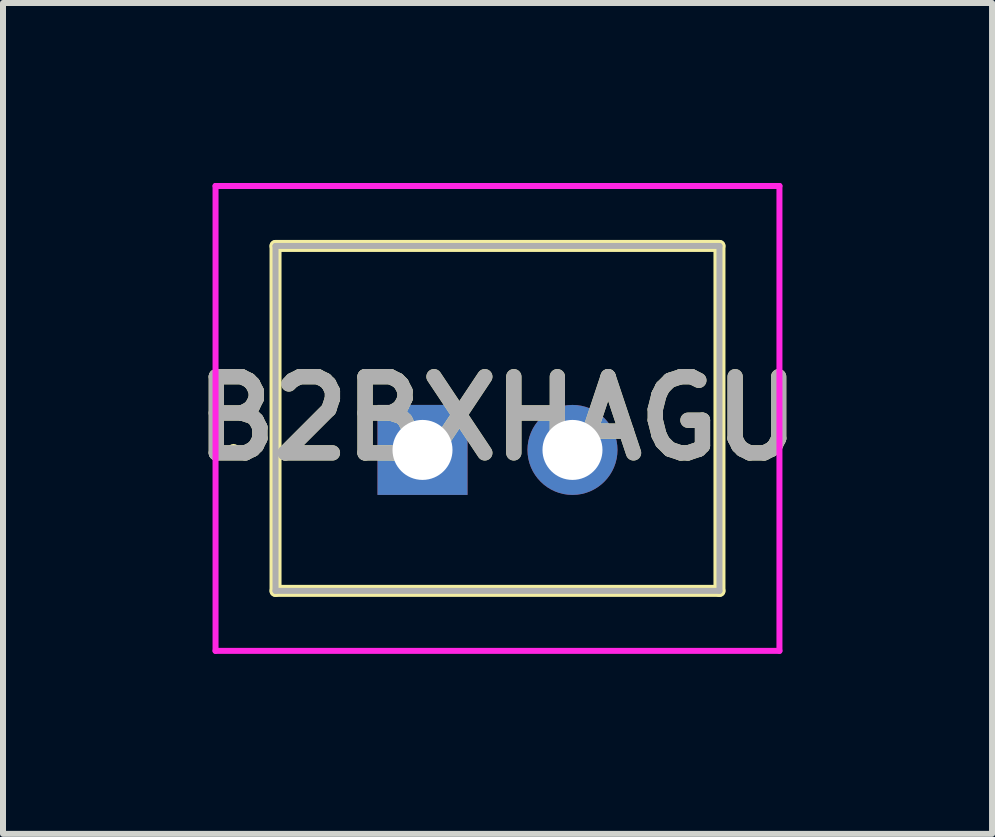
<source format=kicad_pcb>
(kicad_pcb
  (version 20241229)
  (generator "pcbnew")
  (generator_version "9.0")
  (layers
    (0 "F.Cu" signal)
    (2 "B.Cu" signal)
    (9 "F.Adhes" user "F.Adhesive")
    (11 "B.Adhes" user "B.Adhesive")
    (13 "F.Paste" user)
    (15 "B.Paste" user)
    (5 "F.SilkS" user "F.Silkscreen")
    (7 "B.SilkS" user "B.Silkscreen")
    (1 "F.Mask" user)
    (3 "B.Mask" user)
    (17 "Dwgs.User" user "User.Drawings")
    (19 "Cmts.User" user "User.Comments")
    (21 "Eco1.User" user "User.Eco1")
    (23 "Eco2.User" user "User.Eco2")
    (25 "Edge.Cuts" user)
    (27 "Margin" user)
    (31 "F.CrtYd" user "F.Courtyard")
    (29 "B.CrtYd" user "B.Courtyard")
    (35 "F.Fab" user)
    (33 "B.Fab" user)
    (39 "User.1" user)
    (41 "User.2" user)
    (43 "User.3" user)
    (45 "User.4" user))
  (footprint "B2BXHAGU"
    (layer "F.Cu")
    (at 3.993 4.45)
    (property "Reference" "B2BXHAGU" (at 1.25 -0.525 0) (layer "F.SilkS") (effects (font (size 1.27 1.27) (thickness 0.254))))
    (attr through_hole)
    (fp_line (start -3.2 0) (end -3.2 0) (stroke (width 0.1) (type solid)) (layer "F.SilkS"))
    (fp_line (start -3.1 0) (end -3.1 0) (stroke (width 0.1) (type solid)) (layer "F.SilkS"))
    (fp_line (start -2.45 -3.4) (end 4.95 -3.4) (stroke (width 0.2) (type solid)) (layer "F.SilkS"))
    (fp_line (start -2.45 2.35) (end -2.45 -3.4) (stroke (width 0.2) (type solid)) (layer "F.SilkS"))
    (fp_line (start 4.95 -3.4) (end 4.95 2.35) (stroke (width 0.2) (type solid)) (layer "F.SilkS"))
    (fp_line (start 4.95 2.35) (end -2.45 2.35) (stroke (width 0.2) (type solid)) (layer "F.SilkS"))
    (fp_arc (start -3.2 0) (mid -3.15 -0.05) (end -3.1 0) (stroke (width 0.1) (type solid)) (layer "F.SilkS"))
    (fp_arc (start -3.1 0) (mid -3.15 0.05) (end -3.2 0) (stroke (width 0.1) (type solid)) (layer "F.SilkS"))
    (fp_line (start -3.45 -4.4) (end 5.95 -4.4) (stroke (width 0.1) (type solid)) (layer "F.CrtYd"))
    (fp_line (start -3.45 3.35) (end -3.45 -4.4) (stroke (width 0.1) (type solid)) (layer "F.CrtYd"))
    (fp_line (start 5.95 -4.4) (end 5.95 3.35) (stroke (width 0.1) (type solid)) (layer "F.CrtYd"))
    (fp_line (start 5.95 3.35) (end -3.45 3.35) (stroke (width 0.1) (type solid)) (layer "F.CrtYd"))
    (fp_line (start -2.45 -3.4) (end 4.95 -3.4) (stroke (width 0.1) (type solid)) (layer "F.Fab"))
    (fp_line (start -2.45 2.35) (end -2.45 -3.4) (stroke (width 0.1) (type solid)) (layer "F.Fab"))
    (fp_line (start 4.95 -3.4) (end 4.95 2.35) (stroke (width 0.1) (type solid)) (layer "F.Fab"))
    (fp_line (start 4.95 2.35) (end -2.45 2.35) (stroke (width 0.1) (type solid)) (layer "F.Fab"))
    (fp_text user "${REFERENCE}" (at 1.25 -0.525 0) (layer "F.Fab") (effects (font (size 1.27 1.27) (thickness 0.254))))
    (pad "1" thru_hole rect (at 0 0) (size 1.5 1.5) (drill 1) (layers "*.Cu" "*.Mask"))
    (pad "2" thru_hole circle (at 2.5 0) (size 1.5 1.5) (drill 1) (layers "*.Cu" "*.Mask")))
  (gr_rect
    (start -3 -3)
    (end 13.487 10.85)
    (stroke (width 0.1) (type default))
    (fill no)
    (layer "Edge.Cuts")))
</source>
